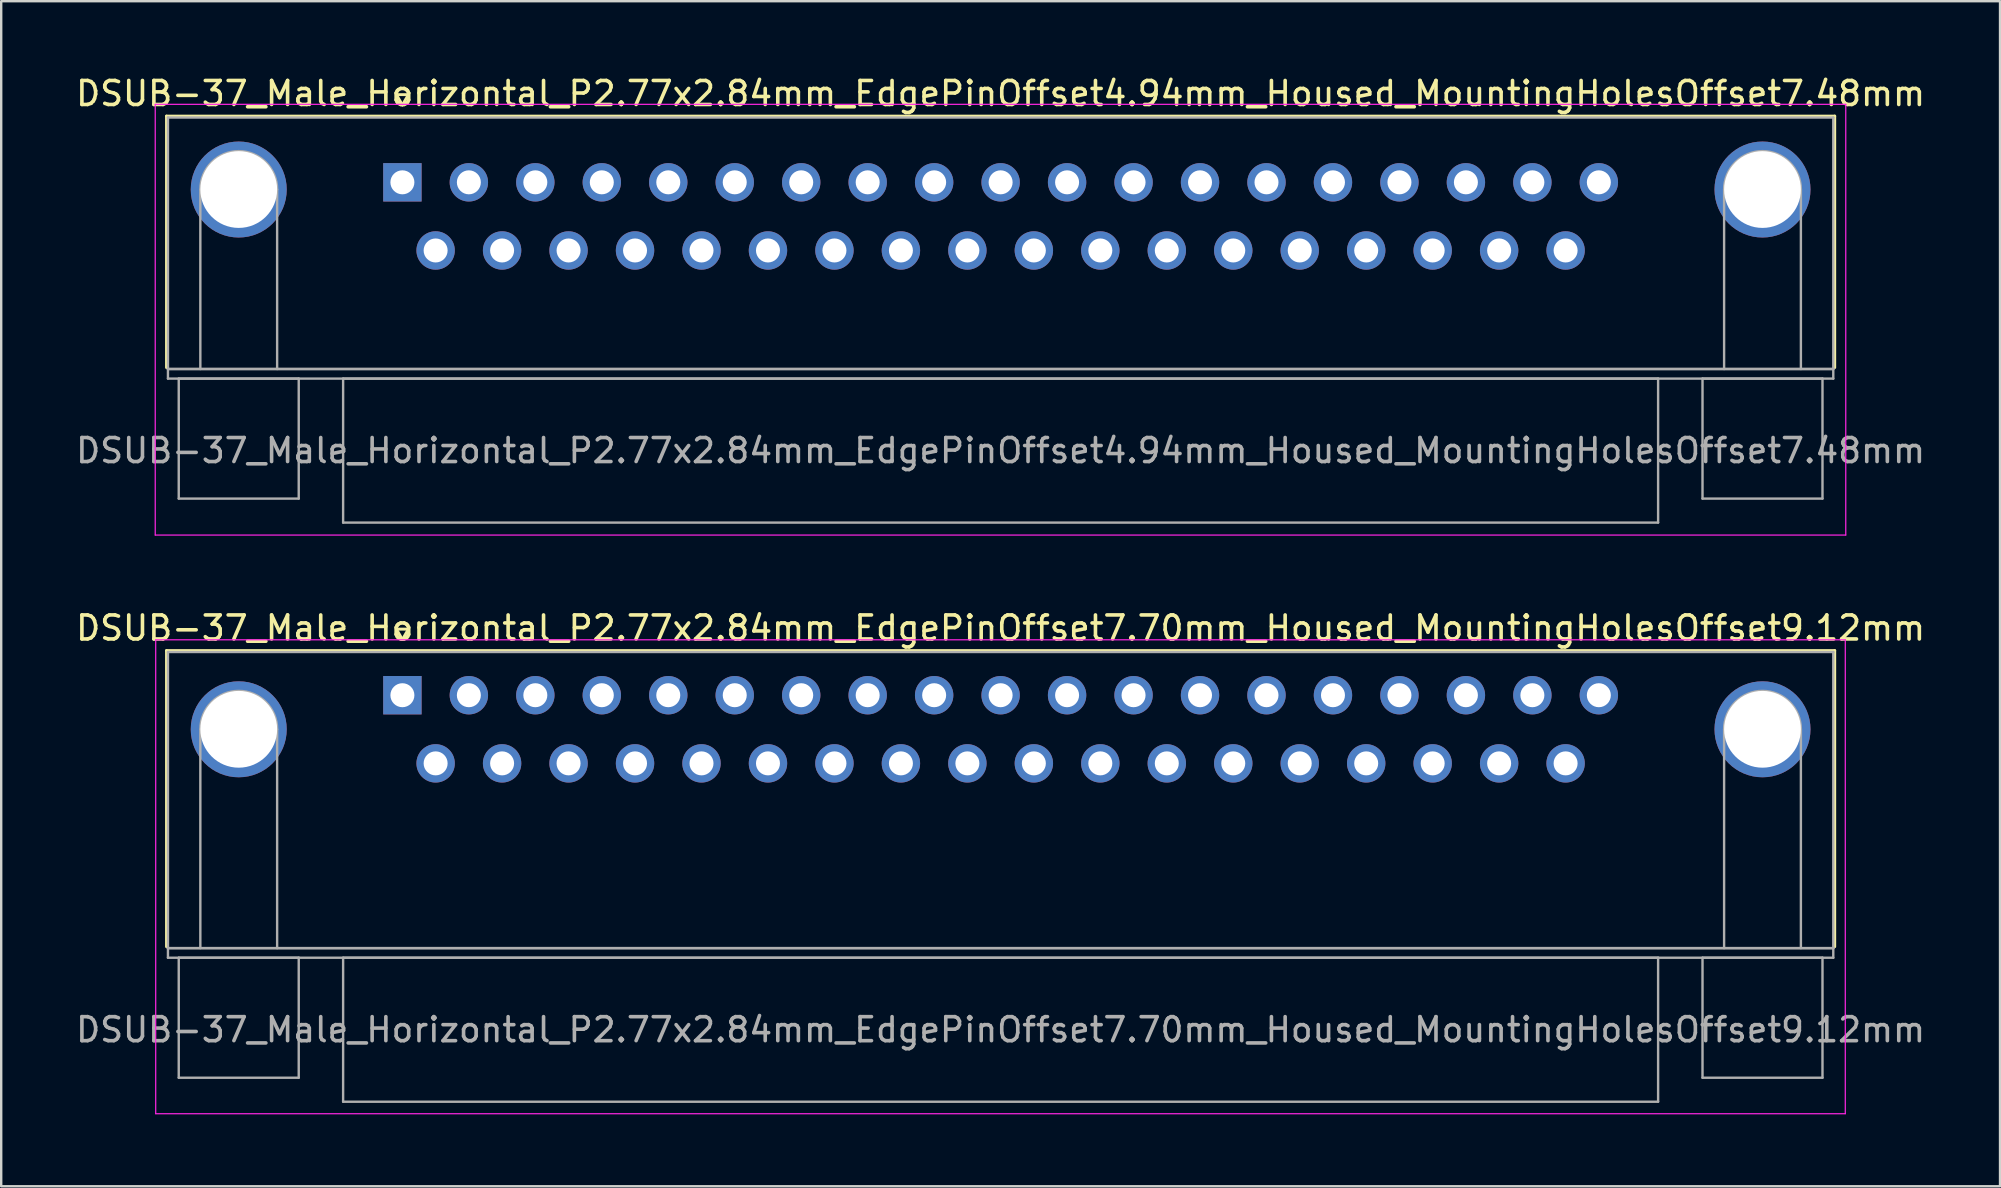
<source format=kicad_pcb>
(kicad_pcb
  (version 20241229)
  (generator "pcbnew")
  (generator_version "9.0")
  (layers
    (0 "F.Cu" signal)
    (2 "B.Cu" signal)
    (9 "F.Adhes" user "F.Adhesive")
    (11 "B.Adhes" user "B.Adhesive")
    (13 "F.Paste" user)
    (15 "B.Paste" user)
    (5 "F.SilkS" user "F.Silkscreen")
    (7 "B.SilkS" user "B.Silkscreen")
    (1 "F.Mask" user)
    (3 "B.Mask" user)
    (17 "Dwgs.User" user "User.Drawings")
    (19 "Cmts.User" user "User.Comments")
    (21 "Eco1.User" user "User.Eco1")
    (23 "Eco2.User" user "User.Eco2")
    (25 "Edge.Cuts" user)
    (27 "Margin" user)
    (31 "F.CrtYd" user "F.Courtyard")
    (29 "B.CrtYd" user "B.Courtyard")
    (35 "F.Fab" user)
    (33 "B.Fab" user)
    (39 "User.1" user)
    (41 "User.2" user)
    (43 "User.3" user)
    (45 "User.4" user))
  (footprint "DSUB-37_Male_Horizontal_P2.77x2.84mm_EdgePinOffset7.70mm_Housed_MountingHolesOffset9.12mm"
    (layer "F.Cu")
    (at 13.719 25.922)
    (property "Reference" "DSUB-37_Male_Horizontal_P2.77x2.84mm_EdgePinOffset7.70mm_Housed_MountingHolesOffset9.12mm" (at 24.93 -2.8 0) (layer "F.SilkS") (effects (font (size 1 1) (thickness 0.15))))
    (attr through_hole)
    (fp_line (start -9.83 -1.86) (end 59.69 -1.86) (stroke (width 0.12) (type solid)) (layer "F.SilkS"))
    (fp_line (start -9.83 10.48) (end -9.83 -1.86) (stroke (width 0.12) (type solid)) (layer "F.SilkS"))
    (fp_line (start -0.25 -2.754) (end 0.25 -2.754) (stroke (width 0.12) (type solid)) (layer "F.SilkS"))
    (fp_line (start 0 -2.321) (end -0.25 -2.754) (stroke (width 0.12) (type solid)) (layer "F.SilkS"))
    (fp_line (start 0.25 -2.754) (end 0 -2.321) (stroke (width 0.12) (type solid)) (layer "F.SilkS"))
    (fp_line (start 59.69 -1.86) (end 59.69 10.48) (stroke (width 0.12) (type solid)) (layer "F.SilkS"))
    (fp_line (start -10.28 -2.31) (end -10.28 17.44) (stroke (width 0.05) (type solid)) (layer "F.CrtYd"))
    (fp_line (start -10.28 17.44) (end 60.13 17.44) (stroke (width 0.05) (type solid)) (layer "F.CrtYd"))
    (fp_line (start 60.13 -2.31) (end -10.28 -2.31) (stroke (width 0.05) (type solid)) (layer "F.CrtYd"))
    (fp_line (start 60.13 17.44) (end 60.13 -2.31) (stroke (width 0.05) (type solid)) (layer "F.CrtYd"))
    (fp_line (start -9.77 -1.8) (end -9.77 10.54) (stroke (width 0.1) (type solid)) (layer "F.Fab"))
    (fp_line (start -9.77 10.54) (end -9.77 10.94) (stroke (width 0.1) (type solid)) (layer "F.Fab"))
    (fp_line (start -9.77 10.54) (end 59.63 10.54) (stroke (width 0.1) (type solid)) (layer "F.Fab"))
    (fp_line (start -9.77 10.94) (end 59.63 10.94) (stroke (width 0.1) (type solid)) (layer "F.Fab"))
    (fp_line (start -9.32 10.94) (end -9.32 15.94) (stroke (width 0.1) (type solid)) (layer "F.Fab"))
    (fp_line (start -9.32 15.94) (end -4.32 15.94) (stroke (width 0.1) (type solid)) (layer "F.Fab"))
    (fp_line (start -8.42 10.54) (end -8.42 1.42) (stroke (width 0.1) (type solid)) (layer "F.Fab"))
    (fp_line (start -5.22 10.54) (end -5.22 1.42) (stroke (width 0.1) (type solid)) (layer "F.Fab"))
    (fp_line (start -4.32 10.94) (end -9.32 10.94) (stroke (width 0.1) (type solid)) (layer "F.Fab"))
    (fp_line (start -4.32 15.94) (end -4.32 10.94) (stroke (width 0.1) (type solid)) (layer "F.Fab"))
    (fp_line (start -2.47 10.94) (end -2.47 16.94) (stroke (width 0.1) (type solid)) (layer "F.Fab"))
    (fp_line (start -2.47 16.94) (end 52.33 16.94) (stroke (width 0.1) (type solid)) (layer "F.Fab"))
    (fp_line (start 52.33 10.94) (end -2.47 10.94) (stroke (width 0.1) (type solid)) (layer "F.Fab"))
    (fp_line (start 52.33 16.94) (end 52.33 10.94) (stroke (width 0.1) (type solid)) (layer "F.Fab"))
    (fp_line (start 54.18 10.94) (end 54.18 15.94) (stroke (width 0.1) (type solid)) (layer "F.Fab"))
    (fp_line (start 54.18 15.94) (end 59.18 15.94) (stroke (width 0.1) (type solid)) (layer "F.Fab"))
    (fp_line (start 55.08 10.54) (end 55.08 1.42) (stroke (width 0.1) (type solid)) (layer "F.Fab"))
    (fp_line (start 58.28 10.54) (end 58.28 1.42) (stroke (width 0.1) (type solid)) (layer "F.Fab"))
    (fp_line (start 59.18 10.94) (end 54.18 10.94) (stroke (width 0.1) (type solid)) (layer "F.Fab"))
    (fp_line (start 59.18 15.94) (end 59.18 10.94) (stroke (width 0.1) (type solid)) (layer "F.Fab"))
    (fp_line (start 59.63 -1.8) (end -9.77 -1.8) (stroke (width 0.1) (type solid)) (layer "F.Fab"))
    (fp_line (start 59.63 10.54) (end -9.77 10.54) (stroke (width 0.1) (type solid)) (layer "F.Fab"))
    (fp_line (start 59.63 10.54) (end 59.63 -1.8) (stroke (width 0.1) (type solid)) (layer "F.Fab"))
    (fp_line (start 59.63 10.94) (end 59.63 10.54) (stroke (width 0.1) (type solid)) (layer "F.Fab"))
    (fp_arc (start -8.42 1.42) (mid -6.82 -0.18) (end -5.22 1.42) (stroke (width 0.1) (type solid)) (layer "F.Fab"))
    (fp_arc (start 55.08 1.42) (mid 56.68 -0.18) (end 58.28 1.42) (stroke (width 0.1) (type solid)) (layer "F.Fab"))
    (fp_text user "${REFERENCE}" (at 24.93 13.94 0) (layer "F.Fab") (effects (font (size 1 1) (thickness 0.15))))
    (pad "0" thru_hole circle (at -6.82 1.42) (size 4 4) (drill 3.2) (layers "*.Cu" "*.Mask"))
    (pad "0" thru_hole circle (at 56.68 1.42) (size 4 4) (drill 3.2) (layers "*.Cu" "*.Mask"))
    (pad "1" thru_hole rect (at 0 0) (size 1.6 1.6) (drill 1) (layers "*.Cu" "*.Mask"))
    (pad "2" thru_hole circle (at 2.77 0) (size 1.6 1.6) (drill 1) (layers "*.Cu" "*.Mask"))
    (pad "3" thru_hole circle (at 5.54 0) (size 1.6 1.6) (drill 1) (layers "*.Cu" "*.Mask"))
    (pad "4" thru_hole circle (at 8.31 0) (size 1.6 1.6) (drill 1) (layers "*.Cu" "*.Mask"))
    (pad "5" thru_hole circle (at 11.08 0) (size 1.6 1.6) (drill 1) (layers "*.Cu" "*.Mask"))
    (pad "6" thru_hole circle (at 13.85 0) (size 1.6 1.6) (drill 1) (layers "*.Cu" "*.Mask"))
    (pad "7" thru_hole circle (at 16.62 0) (size 1.6 1.6) (drill 1) (layers "*.Cu" "*.Mask"))
    (pad "8" thru_hole circle (at 19.39 0) (size 1.6 1.6) (drill 1) (layers "*.Cu" "*.Mask"))
    (pad "9" thru_hole circle (at 22.16 0) (size 1.6 1.6) (drill 1) (layers "*.Cu" "*.Mask"))
    (pad "10" thru_hole circle (at 24.93 0) (size 1.6 1.6) (drill 1) (layers "*.Cu" "*.Mask"))
    (pad "11" thru_hole circle (at 27.7 0) (size 1.6 1.6) (drill 1) (layers "*.Cu" "*.Mask"))
    (pad "12" thru_hole circle (at 30.47 0) (size 1.6 1.6) (drill 1) (layers "*.Cu" "*.Mask"))
    (pad "13" thru_hole circle (at 33.24 0) (size 1.6 1.6) (drill 1) (layers "*.Cu" "*.Mask"))
    (pad "14" thru_hole circle (at 36.01 0) (size 1.6 1.6) (drill 1) (layers "*.Cu" "*.Mask"))
    (pad "15" thru_hole circle (at 38.78 0) (size 1.6 1.6) (drill 1) (layers "*.Cu" "*.Mask"))
    (pad "16" thru_hole circle (at 41.55 0) (size 1.6 1.6) (drill 1) (layers "*.Cu" "*.Mask"))
    (pad "17" thru_hole circle (at 44.32 0) (size 1.6 1.6) (drill 1) (layers "*.Cu" "*.Mask"))
    (pad "18" thru_hole circle (at 47.09 0) (size 1.6 1.6) (drill 1) (layers "*.Cu" "*.Mask"))
    (pad "19" thru_hole circle (at 49.86 0) (size 1.6 1.6) (drill 1) (layers "*.Cu" "*.Mask"))
    (pad "20" thru_hole circle (at 1.385 2.84) (size 1.6 1.6) (drill 1) (layers "*.Cu" "*.Mask"))
    (pad "21" thru_hole circle (at 4.155 2.84) (size 1.6 1.6) (drill 1) (layers "*.Cu" "*.Mask"))
    (pad "22" thru_hole circle (at 6.925 2.84) (size 1.6 1.6) (drill 1) (layers "*.Cu" "*.Mask"))
    (pad "23" thru_hole circle (at 9.695 2.84) (size 1.6 1.6) (drill 1) (layers "*.Cu" "*.Mask"))
    (pad "24" thru_hole circle (at 12.465 2.84) (size 1.6 1.6) (drill 1) (layers "*.Cu" "*.Mask"))
    (pad "25" thru_hole circle (at 15.235 2.84) (size 1.6 1.6) (drill 1) (layers "*.Cu" "*.Mask"))
    (pad "26" thru_hole circle (at 18.005 2.84) (size 1.6 1.6) (drill 1) (layers "*.Cu" "*.Mask"))
    (pad "27" thru_hole circle (at 20.775 2.84) (size 1.6 1.6) (drill 1) (layers "*.Cu" "*.Mask"))
    (pad "28" thru_hole circle (at 23.545 2.84) (size 1.6 1.6) (drill 1) (layers "*.Cu" "*.Mask"))
    (pad "29" thru_hole circle (at 26.315 2.84) (size 1.6 1.6) (drill 1) (layers "*.Cu" "*.Mask"))
    (pad "30" thru_hole circle (at 29.085 2.84) (size 1.6 1.6) (drill 1) (layers "*.Cu" "*.Mask"))
    (pad "31" thru_hole circle (at 31.855 2.84) (size 1.6 1.6) (drill 1) (layers "*.Cu" "*.Mask"))
    (pad "32" thru_hole circle (at 34.625 2.84) (size 1.6 1.6) (drill 1) (layers "*.Cu" "*.Mask"))
    (pad "33" thru_hole circle (at 37.395 2.84) (size 1.6 1.6) (drill 1) (layers "*.Cu" "*.Mask"))
    (pad "34" thru_hole circle (at 40.165 2.84) (size 1.6 1.6) (drill 1) (layers "*.Cu" "*.Mask"))
    (pad "35" thru_hole circle (at 42.935 2.84) (size 1.6 1.6) (drill 1) (layers "*.Cu" "*.Mask"))
    (pad "36" thru_hole circle (at 45.705 2.84) (size 1.6 1.6) (drill 1) (layers "*.Cu" "*.Mask"))
    (pad "37" thru_hole circle (at 48.475 2.84) (size 1.6 1.6) (drill 1) (layers "*.Cu" "*.Mask")))
  (footprint "DSUB-37_Male_Horizontal_P2.77x2.84mm_EdgePinOffset4.94mm_Housed_MountingHolesOffset7.48mm"
    (layer "F.Cu")
    (at 13.719 4.548)
    (property "Reference" "DSUB-37_Male_Horizontal_P2.77x2.84mm_EdgePinOffset4.94mm_Housed_MountingHolesOffset7.48mm" (at 24.93 -3.7 0) (layer "F.SilkS") (effects (font (size 1 1) (thickness 0.15))))
    (attr through_hole)
    (fp_line (start -9.83 -2.76) (end 59.69 -2.76) (stroke (width 0.12) (type solid)) (layer "F.SilkS"))
    (fp_line (start -9.83 7.72) (end -9.83 -2.76) (stroke (width 0.12) (type solid)) (layer "F.SilkS"))
    (fp_line (start -0.25 -3.654) (end 0.25 -3.654) (stroke (width 0.12) (type solid)) (layer "F.SilkS"))
    (fp_line (start 0 -3.221) (end -0.25 -3.654) (stroke (width 0.12) (type solid)) (layer "F.SilkS"))
    (fp_line (start 0.25 -3.654) (end 0 -3.221) (stroke (width 0.12) (type solid)) (layer "F.SilkS"))
    (fp_line (start 59.69 -2.76) (end 59.69 7.72) (stroke (width 0.12) (type solid)) (layer "F.SilkS"))
    (fp_line (start -10.3 -3.25) (end -10.3 14.7) (stroke (width 0.05) (type solid)) (layer "F.CrtYd"))
    (fp_line (start -10.3 14.7) (end 60.15 14.7) (stroke (width 0.05) (type solid)) (layer "F.CrtYd"))
    (fp_line (start 60.15 -3.25) (end -10.3 -3.25) (stroke (width 0.05) (type solid)) (layer "F.CrtYd"))
    (fp_line (start 60.15 14.7) (end 60.15 -3.25) (stroke (width 0.05) (type solid)) (layer "F.CrtYd"))
    (fp_line (start -9.77 -2.7) (end -9.77 7.78) (stroke (width 0.1) (type solid)) (layer "F.Fab"))
    (fp_line (start -9.77 7.78) (end -9.77 8.18) (stroke (width 0.1) (type solid)) (layer "F.Fab"))
    (fp_line (start -9.77 7.78) (end 59.63 7.78) (stroke (width 0.1) (type solid)) (layer "F.Fab"))
    (fp_line (start -9.77 8.18) (end 59.63 8.18) (stroke (width 0.1) (type solid)) (layer "F.Fab"))
    (fp_line (start -9.32 8.18) (end -9.32 13.18) (stroke (width 0.1) (type solid)) (layer "F.Fab"))
    (fp_line (start -9.32 13.18) (end -4.32 13.18) (stroke (width 0.1) (type solid)) (layer "F.Fab"))
    (fp_line (start -8.42 7.78) (end -8.42 0.3) (stroke (width 0.1) (type solid)) (layer "F.Fab"))
    (fp_line (start -5.22 7.78) (end -5.22 0.3) (stroke (width 0.1) (type solid)) (layer "F.Fab"))
    (fp_line (start -4.32 8.18) (end -9.32 8.18) (stroke (width 0.1) (type solid)) (layer "F.Fab"))
    (fp_line (start -4.32 13.18) (end -4.32 8.18) (stroke (width 0.1) (type solid)) (layer "F.Fab"))
    (fp_line (start -2.47 8.18) (end -2.47 14.18) (stroke (width 0.1) (type solid)) (layer "F.Fab"))
    (fp_line (start -2.47 14.18) (end 52.33 14.18) (stroke (width 0.1) (type solid)) (layer "F.Fab"))
    (fp_line (start 52.33 8.18) (end -2.47 8.18) (stroke (width 0.1) (type solid)) (layer "F.Fab"))
    (fp_line (start 52.33 14.18) (end 52.33 8.18) (stroke (width 0.1) (type solid)) (layer "F.Fab"))
    (fp_line (start 54.18 8.18) (end 54.18 13.18) (stroke (width 0.1) (type solid)) (layer "F.Fab"))
    (fp_line (start 54.18 13.18) (end 59.18 13.18) (stroke (width 0.1) (type solid)) (layer "F.Fab"))
    (fp_line (start 55.08 7.78) (end 55.08 0.3) (stroke (width 0.1) (type solid)) (layer "F.Fab"))
    (fp_line (start 58.28 7.78) (end 58.28 0.3) (stroke (width 0.1) (type solid)) (layer "F.Fab"))
    (fp_line (start 59.18 8.18) (end 54.18 8.18) (stroke (width 0.1) (type solid)) (layer "F.Fab"))
    (fp_line (start 59.18 13.18) (end 59.18 8.18) (stroke (width 0.1) (type solid)) (layer "F.Fab"))
    (fp_line (start 59.63 -2.7) (end -9.77 -2.7) (stroke (width 0.1) (type solid)) (layer "F.Fab"))
    (fp_line (start 59.63 7.78) (end -9.77 7.78) (stroke (width 0.1) (type solid)) (layer "F.Fab"))
    (fp_line (start 59.63 7.78) (end 59.63 -2.7) (stroke (width 0.1) (type solid)) (layer "F.Fab"))
    (fp_line (start 59.63 8.18) (end 59.63 7.78) (stroke (width 0.1) (type solid)) (layer "F.Fab"))
    (fp_arc (start -8.42 0.3) (mid -6.82 -1.3) (end -5.22 0.3) (stroke (width 0.1) (type solid)) (layer "F.Fab"))
    (fp_arc (start 55.08 0.3) (mid 56.68 -1.3) (end 58.28 0.3) (stroke (width 0.1) (type solid)) (layer "F.Fab"))
    (fp_text user "${REFERENCE}" (at 24.93 11.18 0) (layer "F.Fab") (effects (font (size 1 1) (thickness 0.15))))
    (pad "0" thru_hole circle (at -6.82 0.3) (size 4 4) (drill 3.2) (layers "*.Cu" "*.Mask"))
    (pad "0" thru_hole circle (at 56.68 0.3) (size 4 4) (drill 3.2) (layers "*.Cu" "*.Mask"))
    (pad "1" thru_hole rect (at 0 0) (size 1.6 1.6) (drill 1) (layers "*.Cu" "*.Mask"))
    (pad "2" thru_hole circle (at 2.77 0) (size 1.6 1.6) (drill 1) (layers "*.Cu" "*.Mask"))
    (pad "3" thru_hole circle (at 5.54 0) (size 1.6 1.6) (drill 1) (layers "*.Cu" "*.Mask"))
    (pad "4" thru_hole circle (at 8.31 0) (size 1.6 1.6) (drill 1) (layers "*.Cu" "*.Mask"))
    (pad "5" thru_hole circle (at 11.08 0) (size 1.6 1.6) (drill 1) (layers "*.Cu" "*.Mask"))
    (pad "6" thru_hole circle (at 13.85 0) (size 1.6 1.6) (drill 1) (layers "*.Cu" "*.Mask"))
    (pad "7" thru_hole circle (at 16.62 0) (size 1.6 1.6) (drill 1) (layers "*.Cu" "*.Mask"))
    (pad "8" thru_hole circle (at 19.39 0) (size 1.6 1.6) (drill 1) (layers "*.Cu" "*.Mask"))
    (pad "9" thru_hole circle (at 22.16 0) (size 1.6 1.6) (drill 1) (layers "*.Cu" "*.Mask"))
    (pad "10" thru_hole circle (at 24.93 0) (size 1.6 1.6) (drill 1) (layers "*.Cu" "*.Mask"))
    (pad "11" thru_hole circle (at 27.7 0) (size 1.6 1.6) (drill 1) (layers "*.Cu" "*.Mask"))
    (pad "12" thru_hole circle (at 30.47 0) (size 1.6 1.6) (drill 1) (layers "*.Cu" "*.Mask"))
    (pad "13" thru_hole circle (at 33.24 0) (size 1.6 1.6) (drill 1) (layers "*.Cu" "*.Mask"))
    (pad "14" thru_hole circle (at 36.01 0) (size 1.6 1.6) (drill 1) (layers "*.Cu" "*.Mask"))
    (pad "15" thru_hole circle (at 38.78 0) (size 1.6 1.6) (drill 1) (layers "*.Cu" "*.Mask"))
    (pad "16" thru_hole circle (at 41.55 0) (size 1.6 1.6) (drill 1) (layers "*.Cu" "*.Mask"))
    (pad "17" thru_hole circle (at 44.32 0) (size 1.6 1.6) (drill 1) (layers "*.Cu" "*.Mask"))
    (pad "18" thru_hole circle (at 47.09 0) (size 1.6 1.6) (drill 1) (layers "*.Cu" "*.Mask"))
    (pad "19" thru_hole circle (at 49.86 0) (size 1.6 1.6) (drill 1) (layers "*.Cu" "*.Mask"))
    (pad "20" thru_hole circle (at 1.385 2.84) (size 1.6 1.6) (drill 1) (layers "*.Cu" "*.Mask"))
    (pad "21" thru_hole circle (at 4.155 2.84) (size 1.6 1.6) (drill 1) (layers "*.Cu" "*.Mask"))
    (pad "22" thru_hole circle (at 6.925 2.84) (size 1.6 1.6) (drill 1) (layers "*.Cu" "*.Mask"))
    (pad "23" thru_hole circle (at 9.695 2.84) (size 1.6 1.6) (drill 1) (layers "*.Cu" "*.Mask"))
    (pad "24" thru_hole circle (at 12.465 2.84) (size 1.6 1.6) (drill 1) (layers "*.Cu" "*.Mask"))
    (pad "25" thru_hole circle (at 15.235 2.84) (size 1.6 1.6) (drill 1) (layers "*.Cu" "*.Mask"))
    (pad "26" thru_hole circle (at 18.005 2.84) (size 1.6 1.6) (drill 1) (layers "*.Cu" "*.Mask"))
    (pad "27" thru_hole circle (at 20.775 2.84) (size 1.6 1.6) (drill 1) (layers "*.Cu" "*.Mask"))
    (pad "28" thru_hole circle (at 23.545 2.84) (size 1.6 1.6) (drill 1) (layers "*.Cu" "*.Mask"))
    (pad "29" thru_hole circle (at 26.315 2.84) (size 1.6 1.6) (drill 1) (layers "*.Cu" "*.Mask"))
    (pad "30" thru_hole circle (at 29.085 2.84) (size 1.6 1.6) (drill 1) (layers "*.Cu" "*.Mask"))
    (pad "31" thru_hole circle (at 31.855 2.84) (size 1.6 1.6) (drill 1) (layers "*.Cu" "*.Mask"))
    (pad "32" thru_hole circle (at 34.625 2.84) (size 1.6 1.6) (drill 1) (layers "*.Cu" "*.Mask"))
    (pad "33" thru_hole circle (at 37.395 2.84) (size 1.6 1.6) (drill 1) (layers "*.Cu" "*.Mask"))
    (pad "34" thru_hole circle (at 40.165 2.84) (size 1.6 1.6) (drill 1) (layers "*.Cu" "*.Mask"))
    (pad "35" thru_hole circle (at 42.935 2.84) (size 1.6 1.6) (drill 1) (layers "*.Cu" "*.Mask"))
    (pad "36" thru_hole circle (at 45.705 2.84) (size 1.6 1.6) (drill 1) (layers "*.Cu" "*.Mask"))
    (pad "37" thru_hole circle (at 48.475 2.84) (size 1.6 1.6) (drill 1) (layers "*.Cu" "*.Mask")))
  (gr_rect
    (start -3 -3)
    (end 80.298 46.386)
    (stroke (width 0.1) (type default))
    (fill no)
    (layer "Edge.Cuts")))
</source>
